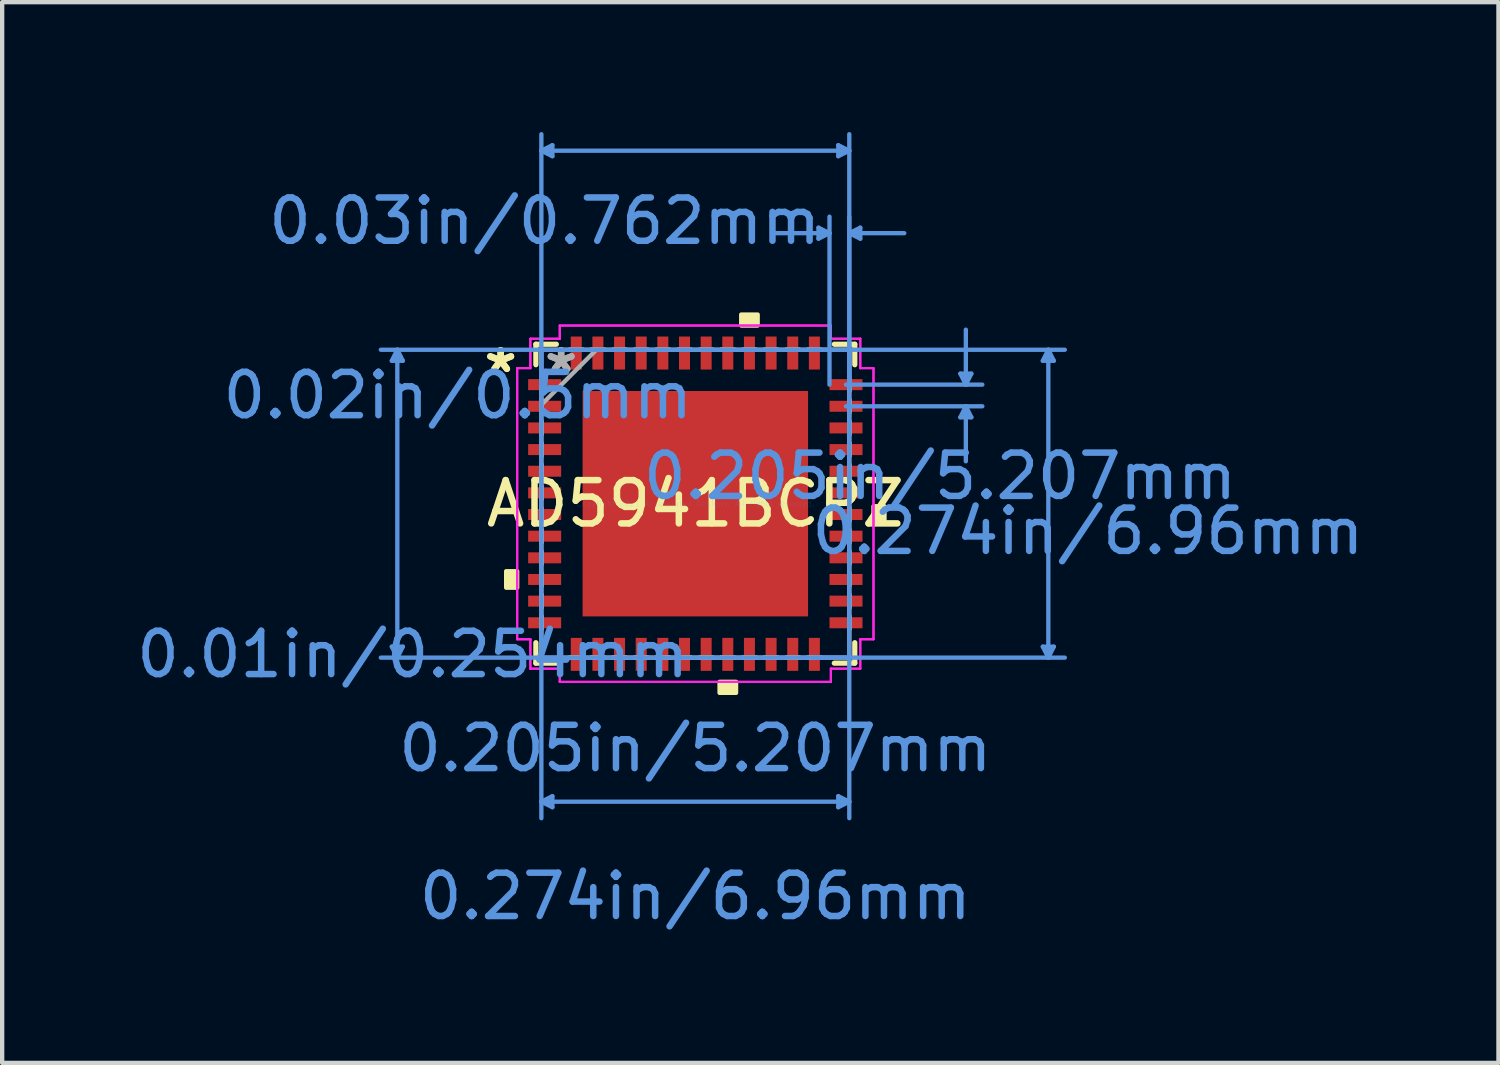
<source format=kicad_pcb>
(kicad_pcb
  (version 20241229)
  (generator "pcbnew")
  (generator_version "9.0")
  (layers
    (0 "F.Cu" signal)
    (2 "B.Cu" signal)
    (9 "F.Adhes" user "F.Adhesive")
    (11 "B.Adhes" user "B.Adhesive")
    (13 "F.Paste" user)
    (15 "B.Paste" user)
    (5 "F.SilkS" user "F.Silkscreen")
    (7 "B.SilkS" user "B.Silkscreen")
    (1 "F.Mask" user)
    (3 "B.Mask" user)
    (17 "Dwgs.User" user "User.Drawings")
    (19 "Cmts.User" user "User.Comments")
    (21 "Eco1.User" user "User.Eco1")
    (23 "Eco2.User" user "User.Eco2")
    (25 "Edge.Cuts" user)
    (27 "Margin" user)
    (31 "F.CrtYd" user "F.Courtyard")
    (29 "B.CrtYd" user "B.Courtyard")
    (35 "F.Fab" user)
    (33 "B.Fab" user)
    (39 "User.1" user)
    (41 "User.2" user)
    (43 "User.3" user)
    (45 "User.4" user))
  (footprint "AD5941BCPZ"
    (layer "F.Cu")
    (at 13.01 8.584)
    (property "Reference" "AD5941BCPZ" (at 0 0 0) (layer "F.SilkS") (effects (font (size 1 1) (thickness 0.15))))
    (attr through_hole)
    (fp_line (start -3.683 -3.683) (end -3.683 -3.21) (stroke (width 0.12) (type solid)) (layer "F.SilkS"))
    (fp_line (start -3.683 3.21) (end -3.683 3.683) (stroke (width 0.12) (type solid)) (layer "F.SilkS"))
    (fp_line (start -3.683 3.683) (end -3.21 3.683) (stroke (width 0.12) (type solid)) (layer "F.SilkS"))
    (fp_line (start -3.21 -3.683) (end -3.683 -3.683) (stroke (width 0.12) (type solid)) (layer "F.SilkS"))
    (fp_line (start 3.21 3.683) (end 3.683 3.683) (stroke (width 0.12) (type solid)) (layer "F.SilkS"))
    (fp_line (start 3.683 -3.683) (end 3.21 -3.683) (stroke (width 0.12) (type solid)) (layer "F.SilkS"))
    (fp_line (start 3.683 -3.21) (end 3.683 -3.683) (stroke (width 0.12) (type solid)) (layer "F.SilkS"))
    (fp_line (start 3.683 3.683) (end 3.683 3.21) (stroke (width 0.12) (type solid)) (layer "F.SilkS"))
    (fp_poly (pts (xy -4.369 1.559) (xy -4.369 1.94) (xy -4.115 1.94) (xy -4.115 1.559)) (stroke (width 0.1) (type solid)) (fill yes) (layer "F.SilkS"))
    (fp_poly (pts (xy 0.56 4.115) (xy 0.56 4.369) (xy 0.941 4.369) (xy 0.941 4.115)) (stroke (width 0.1) (type solid)) (fill yes) (layer "F.SilkS"))
    (fp_poly (pts (xy 1.06 -4.115) (xy 1.06 -4.369) (xy 1.44 -4.369) (xy 1.44 -4.115)) (stroke (width 0.1) (type solid)) (fill yes) (layer "F.SilkS"))
    (fp_poly (pts (xy 4.369 0.059) (xy 4.369 0.441) (xy 4.115 0.441) (xy 4.115 0.059)) (stroke (width 0.1) (type solid)) (fill yes) (layer "F.SilkS"))
    (fp_poly (pts (xy -2.503 -2.503) (xy -2.503 -1.402) (xy -1.402 -1.402) (xy -1.402 -2.503)) (stroke (width 0.1) (type solid)) (fill yes) (layer "F.Paste"))
    (fp_poly (pts (xy -2.503 -1.202) (xy -2.503 -0.1) (xy -1.402 -0.1) (xy -1.402 -1.202)) (stroke (width 0.1) (type solid)) (fill yes) (layer "F.Paste"))
    (fp_poly (pts (xy -2.503 0.1) (xy -2.503 1.202) (xy -1.402 1.202) (xy -1.402 0.1)) (stroke (width 0.1) (type solid)) (fill yes) (layer "F.Paste"))
    (fp_poly (pts (xy -2.503 1.402) (xy -2.503 2.503) (xy -1.402 2.503) (xy -1.402 1.402)) (stroke (width 0.1) (type solid)) (fill yes) (layer "F.Paste"))
    (fp_poly (pts (xy -1.202 -2.503) (xy -1.202 -1.402) (xy -0.1 -1.402) (xy -0.1 -2.503)) (stroke (width 0.1) (type solid)) (fill yes) (layer "F.Paste"))
    (fp_poly (pts (xy -1.202 -1.202) (xy -1.202 -0.1) (xy -0.1 -0.1) (xy -0.1 -1.202)) (stroke (width 0.1) (type solid)) (fill yes) (layer "F.Paste"))
    (fp_poly (pts (xy -1.202 0.1) (xy -1.202 1.202) (xy -0.1 1.202) (xy -0.1 0.1)) (stroke (width 0.1) (type solid)) (fill yes) (layer "F.Paste"))
    (fp_poly (pts (xy -1.202 1.402) (xy -1.202 2.503) (xy -0.1 2.503) (xy -0.1 1.402)) (stroke (width 0.1) (type solid)) (fill yes) (layer "F.Paste"))
    (fp_poly (pts (xy 0.1 -2.503) (xy 0.1 -1.402) (xy 1.202 -1.402) (xy 1.202 -2.503)) (stroke (width 0.1) (type solid)) (fill yes) (layer "F.Paste"))
    (fp_poly (pts (xy 0.1 -1.202) (xy 0.1 -0.1) (xy 1.202 -0.1) (xy 1.202 -1.202)) (stroke (width 0.1) (type solid)) (fill yes) (layer "F.Paste"))
    (fp_poly (pts (xy 0.1 0.1) (xy 0.1 1.202) (xy 1.202 1.202) (xy 1.202 0.1)) (stroke (width 0.1) (type solid)) (fill yes) (layer "F.Paste"))
    (fp_poly (pts (xy 0.1 1.402) (xy 0.1 2.503) (xy 1.202 2.503) (xy 1.202 1.402)) (stroke (width 0.1) (type solid)) (fill yes) (layer "F.Paste"))
    (fp_poly (pts (xy 1.402 -2.503) (xy 1.402 -1.402) (xy 2.503 -1.402) (xy 2.503 -2.503)) (stroke (width 0.1) (type solid)) (fill yes) (layer "F.Paste"))
    (fp_poly (pts (xy 1.402 -1.202) (xy 1.402 -0.1) (xy 2.503 -0.1) (xy 2.503 -1.202)) (stroke (width 0.1) (type solid)) (fill yes) (layer "F.Paste"))
    (fp_poly (pts (xy 1.402 0.1) (xy 1.402 1.202) (xy 2.503 1.202) (xy 2.503 0.1)) (stroke (width 0.1) (type solid)) (fill yes) (layer "F.Paste"))
    (fp_poly (pts (xy 1.402 1.402) (xy 1.402 2.503) (xy 2.503 2.503) (xy 2.503 1.402)) (stroke (width 0.1) (type solid)) (fill yes) (layer "F.Paste"))
    (fp_line (start -7.01 -3.302) (end -6.756 -3.302) (stroke (width 0.1) (type solid)) (layer "Cmts.User"))
    (fp_line (start -7.01 3.302) (end -6.756 3.302) (stroke (width 0.1) (type solid)) (layer "Cmts.User"))
    (fp_line (start -6.883 -3.556) (end -7.01 -3.302) (stroke (width 0.1) (type solid)) (layer "Cmts.User"))
    (fp_line (start -6.883 -3.556) (end -6.883 3.556) (stroke (width 0.1) (type solid)) (layer "Cmts.User"))
    (fp_line (start -6.883 -3.556) (end -6.756 -3.302) (stroke (width 0.1) (type solid)) (layer "Cmts.User"))
    (fp_line (start -6.883 3.556) (end -7.01 3.302) (stroke (width 0.1) (type solid)) (layer "Cmts.User"))
    (fp_line (start -6.883 3.556) (end -6.756 3.302) (stroke (width 0.1) (type solid)) (layer "Cmts.User"))
    (fp_line (start -3.556 -8.153) (end -3.302 -8.28) (stroke (width 0.1) (type solid)) (layer "Cmts.User"))
    (fp_line (start -3.556 -8.153) (end -3.302 -8.026) (stroke (width 0.1) (type solid)) (layer "Cmts.User"))
    (fp_line (start -3.556 -8.153) (end 3.556 -8.153) (stroke (width 0.1) (type solid)) (layer "Cmts.User"))
    (fp_line (start -3.556 -3.556) (end -3.556 7.264) (stroke (width 0.1) (type solid)) (layer "Cmts.User"))
    (fp_line (start -3.556 -2.75) (end -3.556 -8.534) (stroke (width 0.1) (type solid)) (layer "Cmts.User"))
    (fp_line (start -3.556 6.883) (end -3.302 6.756) (stroke (width 0.1) (type solid)) (layer "Cmts.User"))
    (fp_line (start -3.556 6.883) (end -3.302 7.01) (stroke (width 0.1) (type solid)) (layer "Cmts.User"))
    (fp_line (start -3.556 6.883) (end 3.556 6.883) (stroke (width 0.1) (type solid)) (layer "Cmts.User"))
    (fp_line (start -3.302 -8.28) (end -3.302 -8.026) (stroke (width 0.1) (type solid)) (layer "Cmts.User"))
    (fp_line (start -3.302 6.756) (end -3.302 7.01) (stroke (width 0.1) (type solid)) (layer "Cmts.User"))
    (fp_line (start 2.75 -3.556) (end 8.534 -3.556) (stroke (width 0.1) (type solid)) (layer "Cmts.User"))
    (fp_line (start 2.75 3.556) (end 8.534 3.556) (stroke (width 0.1) (type solid)) (layer "Cmts.User"))
    (fp_line (start 2.845 -6.375) (end 2.845 -6.121) (stroke (width 0.1) (type solid)) (layer "Cmts.User"))
    (fp_line (start 3.099 -6.248) (end 1.829 -6.248) (stroke (width 0.1) (type solid)) (layer "Cmts.User"))
    (fp_line (start 3.099 -6.248) (end 2.845 -6.375) (stroke (width 0.1) (type solid)) (layer "Cmts.User"))
    (fp_line (start 3.099 -6.248) (end 2.845 -6.121) (stroke (width 0.1) (type solid)) (layer "Cmts.User"))
    (fp_line (start 3.099 -2.75) (end 3.099 -6.629) (stroke (width 0.1) (type solid)) (layer "Cmts.User"))
    (fp_line (start 3.302 -8.28) (end 3.302 -8.026) (stroke (width 0.1) (type solid)) (layer "Cmts.User"))
    (fp_line (start 3.302 6.756) (end 3.302 7.01) (stroke (width 0.1) (type solid)) (layer "Cmts.User"))
    (fp_line (start 3.48 -2.75) (end 6.629 -2.75) (stroke (width 0.1) (type solid)) (layer "Cmts.User"))
    (fp_line (start 3.48 -2.25) (end 6.629 -2.25) (stroke (width 0.1) (type solid)) (layer "Cmts.User"))
    (fp_line (start 3.556 -8.153) (end 3.302 -8.28) (stroke (width 0.1) (type solid)) (layer "Cmts.User"))
    (fp_line (start 3.556 -8.153) (end 3.302 -8.026) (stroke (width 0.1) (type solid)) (layer "Cmts.User"))
    (fp_line (start 3.556 -6.248) (end 3.81 -6.375) (stroke (width 0.1) (type solid)) (layer "Cmts.User"))
    (fp_line (start 3.556 -6.248) (end 3.81 -6.121) (stroke (width 0.1) (type solid)) (layer "Cmts.User"))
    (fp_line (start 3.556 -6.248) (end 4.826 -6.248) (stroke (width 0.1) (type solid)) (layer "Cmts.User"))
    (fp_line (start 3.556 -3.556) (end -7.264 -3.556) (stroke (width 0.1) (type solid)) (layer "Cmts.User"))
    (fp_line (start 3.556 -3.556) (end 3.556 7.264) (stroke (width 0.1) (type solid)) (layer "Cmts.User"))
    (fp_line (start 3.556 -2.75) (end 3.556 -8.534) (stroke (width 0.1) (type solid)) (layer "Cmts.User"))
    (fp_line (start 3.556 -2.75) (end 3.556 -6.629) (stroke (width 0.1) (type solid)) (layer "Cmts.User"))
    (fp_line (start 3.556 3.556) (end -7.264 3.556) (stroke (width 0.1) (type solid)) (layer "Cmts.User"))
    (fp_line (start 3.556 6.883) (end 3.302 6.756) (stroke (width 0.1) (type solid)) (layer "Cmts.User"))
    (fp_line (start 3.556 6.883) (end 3.302 7.01) (stroke (width 0.1) (type solid)) (layer "Cmts.User"))
    (fp_line (start 3.81 -6.375) (end 3.81 -6.121) (stroke (width 0.1) (type solid)) (layer "Cmts.User"))
    (fp_line (start 6.121 -3.004) (end 6.375 -3.004) (stroke (width 0.1) (type solid)) (layer "Cmts.User"))
    (fp_line (start 6.121 -1.996) (end 6.375 -1.996) (stroke (width 0.1) (type solid)) (layer "Cmts.User"))
    (fp_line (start 6.248 -2.75) (end 6.121 -3.004) (stroke (width 0.1) (type solid)) (layer "Cmts.User"))
    (fp_line (start 6.248 -2.75) (end 6.248 -4.02) (stroke (width 0.1) (type solid)) (layer "Cmts.User"))
    (fp_line (start 6.248 -2.75) (end 6.375 -3.004) (stroke (width 0.1) (type solid)) (layer "Cmts.User"))
    (fp_line (start 6.248 -2.25) (end 6.121 -1.996) (stroke (width 0.1) (type solid)) (layer "Cmts.User"))
    (fp_line (start 6.248 -2.25) (end 6.248 -0.98) (stroke (width 0.1) (type solid)) (layer "Cmts.User"))
    (fp_line (start 6.248 -2.25) (end 6.375 -1.996) (stroke (width 0.1) (type solid)) (layer "Cmts.User"))
    (fp_line (start 8.026 -3.302) (end 8.28 -3.302) (stroke (width 0.1) (type solid)) (layer "Cmts.User"))
    (fp_line (start 8.026 3.302) (end 8.28 3.302) (stroke (width 0.1) (type solid)) (layer "Cmts.User"))
    (fp_line (start 8.153 -3.556) (end 8.026 -3.302) (stroke (width 0.1) (type solid)) (layer "Cmts.User"))
    (fp_line (start 8.153 -3.556) (end 8.153 3.556) (stroke (width 0.1) (type solid)) (layer "Cmts.User"))
    (fp_line (start 8.153 -3.556) (end 8.28 -3.302) (stroke (width 0.1) (type solid)) (layer "Cmts.User"))
    (fp_line (start 8.153 3.556) (end 8.026 3.302) (stroke (width 0.1) (type solid)) (layer "Cmts.User"))
    (fp_line (start 8.153 3.556) (end 8.28 3.302) (stroke (width 0.1) (type solid)) (layer "Cmts.User"))
    (fp_line (start -4.115 -3.131) (end -3.81 -3.131) (stroke (width 0.05) (type solid)) (layer "F.CrtYd"))
    (fp_line (start -4.115 -3.131) (end -3.81 -3.131) (stroke (width 0.05) (type solid)) (layer "F.CrtYd"))
    (fp_line (start -4.115 3.131) (end -4.115 -3.131) (stroke (width 0.05) (type solid)) (layer "F.CrtYd"))
    (fp_line (start -4.115 3.131) (end -4.115 -3.131) (stroke (width 0.05) (type solid)) (layer "F.CrtYd"))
    (fp_line (start -3.81 -3.81) (end -3.131 -3.81) (stroke (width 0.05) (type solid)) (layer "F.CrtYd"))
    (fp_line (start -3.81 -3.81) (end -3.131 -3.81) (stroke (width 0.05) (type solid)) (layer "F.CrtYd"))
    (fp_line (start -3.81 -3.131) (end -3.81 -3.81) (stroke (width 0.05) (type solid)) (layer "F.CrtYd"))
    (fp_line (start -3.81 -3.131) (end -3.81 -3.81) (stroke (width 0.05) (type solid)) (layer "F.CrtYd"))
    (fp_line (start -3.81 3.131) (end -4.115 3.131) (stroke (width 0.05) (type solid)) (layer "F.CrtYd"))
    (fp_line (start -3.81 3.131) (end -4.115 3.131) (stroke (width 0.05) (type solid)) (layer "F.CrtYd"))
    (fp_line (start -3.81 3.81) (end -3.81 3.131) (stroke (width 0.05) (type solid)) (layer "F.CrtYd"))
    (fp_line (start -3.81 3.81) (end -3.81 3.131) (stroke (width 0.05) (type solid)) (layer "F.CrtYd"))
    (fp_line (start -3.131 -4.115) (end 3.131 -4.115) (stroke (width 0.05) (type solid)) (layer "F.CrtYd"))
    (fp_line (start -3.131 -4.115) (end 3.131 -4.115) (stroke (width 0.05) (type solid)) (layer "F.CrtYd"))
    (fp_line (start -3.131 -3.81) (end -3.131 -4.115) (stroke (width 0.05) (type solid)) (layer "F.CrtYd"))
    (fp_line (start -3.131 -3.81) (end -3.131 -4.115) (stroke (width 0.05) (type solid)) (layer "F.CrtYd"))
    (fp_line (start -3.131 3.81) (end -3.81 3.81) (stroke (width 0.05) (type solid)) (layer "F.CrtYd"))
    (fp_line (start -3.131 3.81) (end -3.81 3.81) (stroke (width 0.05) (type solid)) (layer "F.CrtYd"))
    (fp_line (start -3.131 4.115) (end -3.131 3.81) (stroke (width 0.05) (type solid)) (layer "F.CrtYd"))
    (fp_line (start -3.131 4.115) (end -3.131 3.81) (stroke (width 0.05) (type solid)) (layer "F.CrtYd"))
    (fp_line (start 3.131 -4.115) (end 3.131 -3.81) (stroke (width 0.05) (type solid)) (layer "F.CrtYd"))
    (fp_line (start 3.131 -4.115) (end 3.131 -3.81) (stroke (width 0.05) (type solid)) (layer "F.CrtYd"))
    (fp_line (start 3.131 -3.81) (end 3.81 -3.81) (stroke (width 0.05) (type solid)) (layer "F.CrtYd"))
    (fp_line (start 3.131 -3.81) (end 3.81 -3.81) (stroke (width 0.05) (type solid)) (layer "F.CrtYd"))
    (fp_line (start 3.131 3.81) (end 3.131 4.115) (stroke (width 0.05) (type solid)) (layer "F.CrtYd"))
    (fp_line (start 3.131 3.81) (end 3.131 4.115) (stroke (width 0.05) (type solid)) (layer "F.CrtYd"))
    (fp_line (start 3.131 4.115) (end -3.131 4.115) (stroke (width 0.05) (type solid)) (layer "F.CrtYd"))
    (fp_line (start 3.131 4.115) (end -3.131 4.115) (stroke (width 0.05) (type solid)) (layer "F.CrtYd"))
    (fp_line (start 3.81 -3.81) (end 3.81 -3.131) (stroke (width 0.05) (type solid)) (layer "F.CrtYd"))
    (fp_line (start 3.81 -3.81) (end 3.81 -3.131) (stroke (width 0.05) (type solid)) (layer "F.CrtYd"))
    (fp_line (start 3.81 -3.131) (end 4.115 -3.131) (stroke (width 0.05) (type solid)) (layer "F.CrtYd"))
    (fp_line (start 3.81 -3.131) (end 4.115 -3.131) (stroke (width 0.05) (type solid)) (layer "F.CrtYd"))
    (fp_line (start 3.81 3.131) (end 3.81 3.81) (stroke (width 0.05) (type solid)) (layer "F.CrtYd"))
    (fp_line (start 3.81 3.131) (end 3.81 3.81) (stroke (width 0.05) (type solid)) (layer "F.CrtYd"))
    (fp_line (start 3.81 3.81) (end 3.131 3.81) (stroke (width 0.05) (type solid)) (layer "F.CrtYd"))
    (fp_line (start 3.81 3.81) (end 3.131 3.81) (stroke (width 0.05) (type solid)) (layer "F.CrtYd"))
    (fp_line (start 4.115 -3.131) (end 4.115 3.131) (stroke (width 0.05) (type solid)) (layer "F.CrtYd"))
    (fp_line (start 4.115 -3.131) (end 4.115 3.131) (stroke (width 0.05) (type solid)) (layer "F.CrtYd"))
    (fp_line (start 4.115 3.131) (end 3.81 3.131) (stroke (width 0.05) (type solid)) (layer "F.CrtYd"))
    (fp_line (start 4.115 3.131) (end 3.81 3.131) (stroke (width 0.05) (type solid)) (layer "F.CrtYd"))
    (fp_line (start -3.556 -3.556) (end -3.556 -3.556) (stroke (width 0.1) (type solid)) (layer "F.Fab"))
    (fp_line (start -3.556 -3.556) (end -3.556 3.556) (stroke (width 0.1) (type solid)) (layer "F.Fab"))
    (fp_line (start -3.556 -2.902) (end -3.556 -2.902) (stroke (width 0.1) (type solid)) (layer "F.Fab"))
    (fp_line (start -3.556 -2.902) (end -3.556 -2.598) (stroke (width 0.1) (type solid)) (layer "F.Fab"))
    (fp_line (start -3.556 -2.598) (end -3.556 -2.902) (stroke (width 0.1) (type solid)) (layer "F.Fab"))
    (fp_line (start -3.556 -2.598) (end -3.556 -2.598) (stroke (width 0.1) (type solid)) (layer "F.Fab"))
    (fp_line (start -3.556 -2.402) (end -3.556 -2.402) (stroke (width 0.1) (type solid)) (layer "F.Fab"))
    (fp_line (start -3.556 -2.402) (end -3.556 -2.098) (stroke (width 0.1) (type solid)) (layer "F.Fab"))
    (fp_line (start -3.556 -2.286) (end -2.286 -3.556) (stroke (width 0.1) (type solid)) (layer "F.Fab"))
    (fp_line (start -3.556 -2.098) (end -3.556 -2.402) (stroke (width 0.1) (type solid)) (layer "F.Fab"))
    (fp_line (start -3.556 -2.098) (end -3.556 -2.098) (stroke (width 0.1) (type solid)) (layer "F.Fab"))
    (fp_line (start -3.556 -1.902) (end -3.556 -1.902) (stroke (width 0.1) (type solid)) (layer "F.Fab"))
    (fp_line (start -3.556 -1.902) (end -3.556 -1.598) (stroke (width 0.1) (type solid)) (layer "F.Fab"))
    (fp_line (start -3.556 -1.598) (end -3.556 -1.902) (stroke (width 0.1) (type solid)) (layer "F.Fab"))
    (fp_line (start -3.556 -1.598) (end -3.556 -1.598) (stroke (width 0.1) (type solid)) (layer "F.Fab"))
    (fp_line (start -3.556 -1.402) (end -3.556 -1.402) (stroke (width 0.1) (type solid)) (layer "F.Fab"))
    (fp_line (start -3.556 -1.402) (end -3.556 -1.098) (stroke (width 0.1) (type solid)) (layer "F.Fab"))
    (fp_line (start -3.556 -1.098) (end -3.556 -1.402) (stroke (width 0.1) (type solid)) (layer "F.Fab"))
    (fp_line (start -3.556 -1.098) (end -3.556 -1.098) (stroke (width 0.1) (type solid)) (layer "F.Fab"))
    (fp_line (start -3.556 -0.902) (end -3.556 -0.902) (stroke (width 0.1) (type solid)) (layer "F.Fab"))
    (fp_line (start -3.556 -0.902) (end -3.556 -0.598) (stroke (width 0.1) (type solid)) (layer "F.Fab"))
    (fp_line (start -3.556 -0.598) (end -3.556 -0.902) (stroke (width 0.1) (type solid)) (layer "F.Fab"))
    (fp_line (start -3.556 -0.598) (end -3.556 -0.598) (stroke (width 0.1) (type solid)) (layer "F.Fab"))
    (fp_line (start -3.556 -0.402) (end -3.556 -0.402) (stroke (width 0.1) (type solid)) (layer "F.Fab"))
    (fp_line (start -3.556 -0.402) (end -3.556 -0.098) (stroke (width 0.1) (type solid)) (layer "F.Fab"))
    (fp_line (start -3.556 -0.098) (end -3.556 -0.402) (stroke (width 0.1) (type solid)) (layer "F.Fab"))
    (fp_line (start -3.556 -0.098) (end -3.556 -0.098) (stroke (width 0.1) (type solid)) (layer "F.Fab"))
    (fp_line (start -3.556 0.098) (end -3.556 0.098) (stroke (width 0.1) (type solid)) (layer "F.Fab"))
    (fp_line (start -3.556 0.098) (end -3.556 0.402) (stroke (width 0.1) (type solid)) (layer "F.Fab"))
    (fp_line (start -3.556 0.402) (end -3.556 0.098) (stroke (width 0.1) (type solid)) (layer "F.Fab"))
    (fp_line (start -3.556 0.402) (end -3.556 0.402) (stroke (width 0.1) (type solid)) (layer "F.Fab"))
    (fp_line (start -3.556 0.598) (end -3.556 0.598) (stroke (width 0.1) (type solid)) (layer "F.Fab"))
    (fp_line (start -3.556 0.598) (end -3.556 0.902) (stroke (width 0.1) (type solid)) (layer "F.Fab"))
    (fp_line (start -3.556 0.902) (end -3.556 0.598) (stroke (width 0.1) (type solid)) (layer "F.Fab"))
    (fp_line (start -3.556 0.902) (end -3.556 0.902) (stroke (width 0.1) (type solid)) (layer "F.Fab"))
    (fp_line (start -3.556 1.098) (end -3.556 1.098) (stroke (width 0.1) (type solid)) (layer "F.Fab"))
    (fp_line (start -3.556 1.098) (end -3.556 1.402) (stroke (width 0.1) (type solid)) (layer "F.Fab"))
    (fp_line (start -3.556 1.402) (end -3.556 1.098) (stroke (width 0.1) (type solid)) (layer "F.Fab"))
    (fp_line (start -3.556 1.402) (end -3.556 1.402) (stroke (width 0.1) (type solid)) (layer "F.Fab"))
    (fp_line (start -3.556 1.598) (end -3.556 1.598) (stroke (width 0.1) (type solid)) (layer "F.Fab"))
    (fp_line (start -3.556 1.598) (end -3.556 1.902) (stroke (width 0.1) (type solid)) (layer "F.Fab"))
    (fp_line (start -3.556 1.902) (end -3.556 1.598) (stroke (width 0.1) (type solid)) (layer "F.Fab"))
    (fp_line (start -3.556 1.902) (end -3.556 1.902) (stroke (width 0.1) (type solid)) (layer "F.Fab"))
    (fp_line (start -3.556 2.098) (end -3.556 2.098) (stroke (width 0.1) (type solid)) (layer "F.Fab"))
    (fp_line (start -3.556 2.098) (end -3.556 2.402) (stroke (width 0.1) (type solid)) (layer "F.Fab"))
    (fp_line (start -3.556 2.402) (end -3.556 2.098) (stroke (width 0.1) (type solid)) (layer "F.Fab"))
    (fp_line (start -3.556 2.402) (end -3.556 2.402) (stroke (width 0.1) (type solid)) (layer "F.Fab"))
    (fp_line (start -3.556 2.598) (end -3.556 2.598) (stroke (width 0.1) (type solid)) (layer "F.Fab"))
    (fp_line (start -3.556 2.598) (end -3.556 2.902) (stroke (width 0.1) (type solid)) (layer "F.Fab"))
    (fp_line (start -3.556 2.902) (end -3.556 2.598) (stroke (width 0.1) (type solid)) (layer "F.Fab"))
    (fp_line (start -3.556 2.902) (end -3.556 2.902) (stroke (width 0.1) (type solid)) (layer "F.Fab"))
    (fp_line (start -3.556 3.556) (end -3.556 3.556) (stroke (width 0.1) (type solid)) (layer "F.Fab"))
    (fp_line (start -3.556 3.556) (end 3.556 3.556) (stroke (width 0.1) (type solid)) (layer "F.Fab"))
    (fp_line (start -2.902 -3.556) (end -2.902 -3.556) (stroke (width 0.1) (type solid)) (layer "F.Fab"))
    (fp_line (start -2.902 -3.556) (end -2.598 -3.556) (stroke (width 0.1) (type solid)) (layer "F.Fab"))
    (fp_line (start -2.902 3.556) (end -2.902 3.556) (stroke (width 0.1) (type solid)) (layer "F.Fab"))
    (fp_line (start -2.902 3.556) (end -2.598 3.556) (stroke (width 0.1) (type solid)) (layer "F.Fab"))
    (fp_line (start -2.598 -3.556) (end -2.902 -3.556) (stroke (width 0.1) (type solid)) (layer "F.Fab"))
    (fp_line (start -2.598 -3.556) (end -2.598 -3.556) (stroke (width 0.1) (type solid)) (layer "F.Fab"))
    (fp_line (start -2.598 3.556) (end -2.902 3.556) (stroke (width 0.1) (type solid)) (layer "F.Fab"))
    (fp_line (start -2.598 3.556) (end -2.598 3.556) (stroke (width 0.1) (type solid)) (layer "F.Fab"))
    (fp_line (start -2.402 -3.556) (end -2.402 -3.556) (stroke (width 0.1) (type solid)) (layer "F.Fab"))
    (fp_line (start -2.402 -3.556) (end -2.098 -3.556) (stroke (width 0.1) (type solid)) (layer "F.Fab"))
    (fp_line (start -2.402 3.556) (end -2.402 3.556) (stroke (width 0.1) (type solid)) (layer "F.Fab"))
    (fp_line (start -2.402 3.556) (end -2.098 3.556) (stroke (width 0.1) (type solid)) (layer "F.Fab"))
    (fp_line (start -2.098 -3.556) (end -2.402 -3.556) (stroke (width 0.1) (type solid)) (layer "F.Fab"))
    (fp_line (start -2.098 -3.556) (end -2.098 -3.556) (stroke (width 0.1) (type solid)) (layer "F.Fab"))
    (fp_line (start -2.098 3.556) (end -2.402 3.556) (stroke (width 0.1) (type solid)) (layer "F.Fab"))
    (fp_line (start -2.098 3.556) (end -2.098 3.556) (stroke (width 0.1) (type solid)) (layer "F.Fab"))
    (fp_line (start -1.902 -3.556) (end -1.902 -3.556) (stroke (width 0.1) (type solid)) (layer "F.Fab"))
    (fp_line (start -1.902 -3.556) (end -1.598 -3.556) (stroke (width 0.1) (type solid)) (layer "F.Fab"))
    (fp_line (start -1.902 3.556) (end -1.902 3.556) (stroke (width 0.1) (type solid)) (layer "F.Fab"))
    (fp_line (start -1.902 3.556) (end -1.598 3.556) (stroke (width 0.1) (type solid)) (layer "F.Fab"))
    (fp_line (start -1.598 -3.556) (end -1.902 -3.556) (stroke (width 0.1) (type solid)) (layer "F.Fab"))
    (fp_line (start -1.598 -3.556) (end -1.598 -3.556) (stroke (width 0.1) (type solid)) (layer "F.Fab"))
    (fp_line (start -1.598 3.556) (end -1.902 3.556) (stroke (width 0.1) (type solid)) (layer "F.Fab"))
    (fp_line (start -1.598 3.556) (end -1.598 3.556) (stroke (width 0.1) (type solid)) (layer "F.Fab"))
    (fp_line (start -1.402 -3.556) (end -1.402 -3.556) (stroke (width 0.1) (type solid)) (layer "F.Fab"))
    (fp_line (start -1.402 -3.556) (end -1.098 -3.556) (stroke (width 0.1) (type solid)) (layer "F.Fab"))
    (fp_line (start -1.402 3.556) (end -1.402 3.556) (stroke (width 0.1) (type solid)) (layer "F.Fab"))
    (fp_line (start -1.402 3.556) (end -1.098 3.556) (stroke (width 0.1) (type solid)) (layer "F.Fab"))
    (fp_line (start -1.098 -3.556) (end -1.402 -3.556) (stroke (width 0.1) (type solid)) (layer "F.Fab"))
    (fp_line (start -1.098 -3.556) (end -1.098 -3.556) (stroke (width 0.1) (type solid)) (layer "F.Fab"))
    (fp_line (start -1.098 3.556) (end -1.402 3.556) (stroke (width 0.1) (type solid)) (layer "F.Fab"))
    (fp_line (start -1.098 3.556) (end -1.098 3.556) (stroke (width 0.1) (type solid)) (layer "F.Fab"))
    (fp_line (start -0.902 -3.556) (end -0.902 -3.556) (stroke (width 0.1) (type solid)) (layer "F.Fab"))
    (fp_line (start -0.902 -3.556) (end -0.598 -3.556) (stroke (width 0.1) (type solid)) (layer "F.Fab"))
    (fp_line (start -0.902 3.556) (end -0.902 3.556) (stroke (width 0.1) (type solid)) (layer "F.Fab"))
    (fp_line (start -0.902 3.556) (end -0.598 3.556) (stroke (width 0.1) (type solid)) (layer "F.Fab"))
    (fp_line (start -0.598 -3.556) (end -0.902 -3.556) (stroke (width 0.1) (type solid)) (layer "F.Fab"))
    (fp_line (start -0.598 -3.556) (end -0.598 -3.556) (stroke (width 0.1) (type solid)) (layer "F.Fab"))
    (fp_line (start -0.598 3.556) (end -0.902 3.556) (stroke (width 0.1) (type solid)) (layer "F.Fab"))
    (fp_line (start -0.598 3.556) (end -0.598 3.556) (stroke (width 0.1) (type solid)) (layer "F.Fab"))
    (fp_line (start -0.402 -3.556) (end -0.402 -3.556) (stroke (width 0.1) (type solid)) (layer "F.Fab"))
    (fp_line (start -0.402 -3.556) (end -0.098 -3.556) (stroke (width 0.1) (type solid)) (layer "F.Fab"))
    (fp_line (start -0.402 3.556) (end -0.402 3.556) (stroke (width 0.1) (type solid)) (layer "F.Fab"))
    (fp_line (start -0.402 3.556) (end -0.098 3.556) (stroke (width 0.1) (type solid)) (layer "F.Fab"))
    (fp_line (start -0.098 -3.556) (end -0.402 -3.556) (stroke (width 0.1) (type solid)) (layer "F.Fab"))
    (fp_line (start -0.098 -3.556) (end -0.098 -3.556) (stroke (width 0.1) (type solid)) (layer "F.Fab"))
    (fp_line (start -0.098 3.556) (end -0.402 3.556) (stroke (width 0.1) (type solid)) (layer "F.Fab"))
    (fp_line (start -0.098 3.556) (end -0.098 3.556) (stroke (width 0.1) (type solid)) (layer "F.Fab"))
    (fp_line (start 0.098 -3.556) (end 0.098 -3.556) (stroke (width 0.1) (type solid)) (layer "F.Fab"))
    (fp_line (start 0.098 -3.556) (end 0.402 -3.556) (stroke (width 0.1) (type solid)) (layer "F.Fab"))
    (fp_line (start 0.098 3.556) (end 0.098 3.556) (stroke (width 0.1) (type solid)) (layer "F.Fab"))
    (fp_line (start 0.098 3.556) (end 0.402 3.556) (stroke (width 0.1) (type solid)) (layer "F.Fab"))
    (fp_line (start 0.402 -3.556) (end 0.098 -3.556) (stroke (width 0.1) (type solid)) (layer "F.Fab"))
    (fp_line (start 0.402 -3.556) (end 0.402 -3.556) (stroke (width 0.1) (type solid)) (layer "F.Fab"))
    (fp_line (start 0.402 3.556) (end 0.098 3.556) (stroke (width 0.1) (type solid)) (layer "F.Fab"))
    (fp_line (start 0.402 3.556) (end 0.402 3.556) (stroke (width 0.1) (type solid)) (layer "F.Fab"))
    (fp_line (start 0.598 -3.556) (end 0.598 -3.556) (stroke (width 0.1) (type solid)) (layer "F.Fab"))
    (fp_line (start 0.598 -3.556) (end 0.902 -3.556) (stroke (width 0.1) (type solid)) (layer "F.Fab"))
    (fp_line (start 0.598 3.556) (end 0.598 3.556) (stroke (width 0.1) (type solid)) (layer "F.Fab"))
    (fp_line (start 0.598 3.556) (end 0.902 3.556) (stroke (width 0.1) (type solid)) (layer "F.Fab"))
    (fp_line (start 0.902 -3.556) (end 0.598 -3.556) (stroke (width 0.1) (type solid)) (layer "F.Fab"))
    (fp_line (start 0.902 -3.556) (end 0.902 -3.556) (stroke (width 0.1) (type solid)) (layer "F.Fab"))
    (fp_line (start 0.902 3.556) (end 0.598 3.556) (stroke (width 0.1) (type solid)) (layer "F.Fab"))
    (fp_line (start 0.902 3.556) (end 0.902 3.556) (stroke (width 0.1) (type solid)) (layer "F.Fab"))
    (fp_line (start 1.098 -3.556) (end 1.098 -3.556) (stroke (width 0.1) (type solid)) (layer "F.Fab"))
    (fp_line (start 1.098 -3.556) (end 1.402 -3.556) (stroke (width 0.1) (type solid)) (layer "F.Fab"))
    (fp_line (start 1.098 3.556) (end 1.098 3.556) (stroke (width 0.1) (type solid)) (layer "F.Fab"))
    (fp_line (start 1.098 3.556) (end 1.402 3.556) (stroke (width 0.1) (type solid)) (layer "F.Fab"))
    (fp_line (start 1.402 -3.556) (end 1.098 -3.556) (stroke (width 0.1) (type solid)) (layer "F.Fab"))
    (fp_line (start 1.402 -3.556) (end 1.402 -3.556) (stroke (width 0.1) (type solid)) (layer "F.Fab"))
    (fp_line (start 1.402 3.556) (end 1.098 3.556) (stroke (width 0.1) (type solid)) (layer "F.Fab"))
    (fp_line (start 1.402 3.556) (end 1.402 3.556) (stroke (width 0.1) (type solid)) (layer "F.Fab"))
    (fp_line (start 1.598 -3.556) (end 1.598 -3.556) (stroke (width 0.1) (type solid)) (layer "F.Fab"))
    (fp_line (start 1.598 -3.556) (end 1.902 -3.556) (stroke (width 0.1) (type solid)) (layer "F.Fab"))
    (fp_line (start 1.598 3.556) (end 1.598 3.556) (stroke (width 0.1) (type solid)) (layer "F.Fab"))
    (fp_line (start 1.598 3.556) (end 1.902 3.556) (stroke (width 0.1) (type solid)) (layer "F.Fab"))
    (fp_line (start 1.902 -3.556) (end 1.598 -3.556) (stroke (width 0.1) (type solid)) (layer "F.Fab"))
    (fp_line (start 1.902 -3.556) (end 1.902 -3.556) (stroke (width 0.1) (type solid)) (layer "F.Fab"))
    (fp_line (start 1.902 3.556) (end 1.598 3.556) (stroke (width 0.1) (type solid)) (layer "F.Fab"))
    (fp_line (start 1.902 3.556) (end 1.902 3.556) (stroke (width 0.1) (type solid)) (layer "F.Fab"))
    (fp_line (start 2.098 -3.556) (end 2.098 -3.556) (stroke (width 0.1) (type solid)) (layer "F.Fab"))
    (fp_line (start 2.098 -3.556) (end 2.402 -3.556) (stroke (width 0.1) (type solid)) (layer "F.Fab"))
    (fp_line (start 2.098 3.556) (end 2.098 3.556) (stroke (width 0.1) (type solid)) (layer "F.Fab"))
    (fp_line (start 2.098 3.556) (end 2.402 3.556) (stroke (width 0.1) (type solid)) (layer "F.Fab"))
    (fp_line (start 2.402 -3.556) (end 2.098 -3.556) (stroke (width 0.1) (type solid)) (layer "F.Fab"))
    (fp_line (start 2.402 -3.556) (end 2.402 -3.556) (stroke (width 0.1) (type solid)) (layer "F.Fab"))
    (fp_line (start 2.402 3.556) (end 2.098 3.556) (stroke (width 0.1) (type solid)) (layer "F.Fab"))
    (fp_line (start 2.402 3.556) (end 2.402 3.556) (stroke (width 0.1) (type solid)) (layer "F.Fab"))
    (fp_line (start 2.598 -3.556) (end 2.598 -3.556) (stroke (width 0.1) (type solid)) (layer "F.Fab"))
    (fp_line (start 2.598 -3.556) (end 2.902 -3.556) (stroke (width 0.1) (type solid)) (layer "F.Fab"))
    (fp_line (start 2.598 3.556) (end 2.598 3.556) (stroke (width 0.1) (type solid)) (layer "F.Fab"))
    (fp_line (start 2.598 3.556) (end 2.902 3.556) (stroke (width 0.1) (type solid)) (layer "F.Fab"))
    (fp_line (start 2.902 -3.556) (end 2.598 -3.556) (stroke (width 0.1) (type solid)) (layer "F.Fab"))
    (fp_line (start 2.902 -3.556) (end 2.902 -3.556) (stroke (width 0.1) (type solid)) (layer "F.Fab"))
    (fp_line (start 2.902 3.556) (end 2.598 3.556) (stroke (width 0.1) (type solid)) (layer "F.Fab"))
    (fp_line (start 2.902 3.556) (end 2.902 3.556) (stroke (width 0.1) (type solid)) (layer "F.Fab"))
    (fp_line (start 3.556 -3.556) (end -3.556 -3.556) (stroke (width 0.1) (type solid)) (layer "F.Fab"))
    (fp_line (start 3.556 -3.556) (end 3.556 -3.556) (stroke (width 0.1) (type solid)) (layer "F.Fab"))
    (fp_line (start 3.556 -2.902) (end 3.556 -2.902) (stroke (width 0.1) (type solid)) (layer "F.Fab"))
    (fp_line (start 3.556 -2.902) (end 3.556 -2.598) (stroke (width 0.1) (type solid)) (layer "F.Fab"))
    (fp_line (start 3.556 -2.598) (end 3.556 -2.902) (stroke (width 0.1) (type solid)) (layer "F.Fab"))
    (fp_line (start 3.556 -2.598) (end 3.556 -2.598) (stroke (width 0.1) (type solid)) (layer "F.Fab"))
    (fp_line (start 3.556 -2.402) (end 3.556 -2.402) (stroke (width 0.1) (type solid)) (layer "F.Fab"))
    (fp_line (start 3.556 -2.402) (end 3.556 -2.098) (stroke (width 0.1) (type solid)) (layer "F.Fab"))
    (fp_line (start 3.556 -2.098) (end 3.556 -2.402) (stroke (width 0.1) (type solid)) (layer "F.Fab"))
    (fp_line (start 3.556 -2.098) (end 3.556 -2.098) (stroke (width 0.1) (type solid)) (layer "F.Fab"))
    (fp_line (start 3.556 -1.902) (end 3.556 -1.902) (stroke (width 0.1) (type solid)) (layer "F.Fab"))
    (fp_line (start 3.556 -1.902) (end 3.556 -1.598) (stroke (width 0.1) (type solid)) (layer "F.Fab"))
    (fp_line (start 3.556 -1.598) (end 3.556 -1.902) (stroke (width 0.1) (type solid)) (layer "F.Fab"))
    (fp_line (start 3.556 -1.598) (end 3.556 -1.598) (stroke (width 0.1) (type solid)) (layer "F.Fab"))
    (fp_line (start 3.556 -1.402) (end 3.556 -1.402) (stroke (width 0.1) (type solid)) (layer "F.Fab"))
    (fp_line (start 3.556 -1.402) (end 3.556 -1.098) (stroke (width 0.1) (type solid)) (layer "F.Fab"))
    (fp_line (start 3.556 -1.098) (end 3.556 -1.402) (stroke (width 0.1) (type solid)) (layer "F.Fab"))
    (fp_line (start 3.556 -1.098) (end 3.556 -1.098) (stroke (width 0.1) (type solid)) (layer "F.Fab"))
    (fp_line (start 3.556 -0.902) (end 3.556 -0.902) (stroke (width 0.1) (type solid)) (layer "F.Fab"))
    (fp_line (start 3.556 -0.902) (end 3.556 -0.598) (stroke (width 0.1) (type solid)) (layer "F.Fab"))
    (fp_line (start 3.556 -0.598) (end 3.556 -0.902) (stroke (width 0.1) (type solid)) (layer "F.Fab"))
    (fp_line (start 3.556 -0.598) (end 3.556 -0.598) (stroke (width 0.1) (type solid)) (layer "F.Fab"))
    (fp_line (start 3.556 -0.402) (end 3.556 -0.402) (stroke (width 0.1) (type solid)) (layer "F.Fab"))
    (fp_line (start 3.556 -0.402) (end 3.556 -0.098) (stroke (width 0.1) (type solid)) (layer "F.Fab"))
    (fp_line (start 3.556 -0.098) (end 3.556 -0.402) (stroke (width 0.1) (type solid)) (layer "F.Fab"))
    (fp_line (start 3.556 -0.098) (end 3.556 -0.098) (stroke (width 0.1) (type solid)) (layer "F.Fab"))
    (fp_line (start 3.556 0.098) (end 3.556 0.098) (stroke (width 0.1) (type solid)) (layer "F.Fab"))
    (fp_line (start 3.556 0.098) (end 3.556 0.402) (stroke (width 0.1) (type solid)) (layer "F.Fab"))
    (fp_line (start 3.556 0.402) (end 3.556 0.098) (stroke (width 0.1) (type solid)) (layer "F.Fab"))
    (fp_line (start 3.556 0.402) (end 3.556 0.402) (stroke (width 0.1) (type solid)) (layer "F.Fab"))
    (fp_line (start 3.556 0.598) (end 3.556 0.598) (stroke (width 0.1) (type solid)) (layer "F.Fab"))
    (fp_line (start 3.556 0.598) (end 3.556 0.902) (stroke (width 0.1) (type solid)) (layer "F.Fab"))
    (fp_line (start 3.556 0.902) (end 3.556 0.598) (stroke (width 0.1) (type solid)) (layer "F.Fab"))
    (fp_line (start 3.556 0.902) (end 3.556 0.902) (stroke (width 0.1) (type solid)) (layer "F.Fab"))
    (fp_line (start 3.556 1.098) (end 3.556 1.098) (stroke (width 0.1) (type solid)) (layer "F.Fab"))
    (fp_line (start 3.556 1.098) (end 3.556 1.402) (stroke (width 0.1) (type solid)) (layer "F.Fab"))
    (fp_line (start 3.556 1.402) (end 3.556 1.098) (stroke (width 0.1) (type solid)) (layer "F.Fab"))
    (fp_line (start 3.556 1.402) (end 3.556 1.402) (stroke (width 0.1) (type solid)) (layer "F.Fab"))
    (fp_line (start 3.556 1.598) (end 3.556 1.598) (stroke (width 0.1) (type solid)) (layer "F.Fab"))
    (fp_line (start 3.556 1.598) (end 3.556 1.902) (stroke (width 0.1) (type solid)) (layer "F.Fab"))
    (fp_line (start 3.556 1.902) (end 3.556 1.598) (stroke (width 0.1) (type solid)) (layer "F.Fab"))
    (fp_line (start 3.556 1.902) (end 3.556 1.902) (stroke (width 0.1) (type solid)) (layer "F.Fab"))
    (fp_line (start 3.556 2.098) (end 3.556 2.098) (stroke (width 0.1) (type solid)) (layer "F.Fab"))
    (fp_line (start 3.556 2.098) (end 3.556 2.402) (stroke (width 0.1) (type solid)) (layer "F.Fab"))
    (fp_line (start 3.556 2.402) (end 3.556 2.098) (stroke (width 0.1) (type solid)) (layer "F.Fab"))
    (fp_line (start 3.556 2.402) (end 3.556 2.402) (stroke (width 0.1) (type solid)) (layer "F.Fab"))
    (fp_line (start 3.556 2.598) (end 3.556 2.598) (stroke (width 0.1) (type solid)) (layer "F.Fab"))
    (fp_line (start 3.556 2.598) (end 3.556 2.902) (stroke (width 0.1) (type solid)) (layer "F.Fab"))
    (fp_line (start 3.556 2.902) (end 3.556 2.598) (stroke (width 0.1) (type solid)) (layer "F.Fab"))
    (fp_line (start 3.556 2.902) (end 3.556 2.902) (stroke (width 0.1) (type solid)) (layer "F.Fab"))
    (fp_line (start 3.556 3.556) (end 3.556 -3.556) (stroke (width 0.1) (type solid)) (layer "F.Fab"))
    (fp_line (start 3.556 3.556) (end 3.556 3.556) (stroke (width 0.1) (type solid)) (layer "F.Fab"))
    (fp_text user "*" (at -4.496 -3 0) (layer "F.SilkS") (effects (font (size 1 1) (thickness 0.15))))
    (fp_text user "*" (at -4.496 -3 0) (layer "F.SilkS") (effects (font (size 1 1) (thickness 0.15))))
    (fp_text user "0.205in/5.207mm" (at 5.652 -0.635 0) (layer "Cmts.User") (effects (font (size 1 1) (thickness 0.15))))
    (fp_text user "0.205in/5.207mm" (at 0 5.652 0) (layer "Cmts.User") (effects (font (size 1 1) (thickness 0.15))))
    (fp_text user "0.274in/6.96mm" (at 0 9.068 0) (layer "Cmts.User") (effects (font (size 1 1) (thickness 0.15))))
    (fp_text user "Copyright 2021 Accelerated Designs. All rights reserved." (at 0 0 0) (layer "Cmts.User") (effects (font (size 0.127 0.127) (thickness 0.002))))
    (fp_text user "0.03in/0.762mm" (at -3.48 -6.528 0) (layer "Cmts.User") (effects (font (size 1 1) (thickness 0.15))))
    (fp_text user "0.01in/0.254mm" (at -6.528 3.48 0) (layer "Cmts.User") (effects (font (size 1 1) (thickness 0.15))))
    (fp_text user "0.02in/0.5mm" (at -5.486 -2.5 0) (layer "Cmts.User") (effects (font (size 1 1) (thickness 0.15))))
    (fp_text user "0.274in/6.96mm" (at 9.068 0.635 0) (layer "Cmts.User") (effects (font (size 1 1) (thickness 0.15))))
    (fp_text user "*" (at -3.099 -3 0) (layer "F.Fab") (effects (font (size 1 1) (thickness 0.15))))
    (fp_text user "*" (at -3.099 -3 0) (layer "F.Fab") (effects (font (size 1 1) (thickness 0.15))))
    (pad "1" smd rect (at -3.48 -2.75 90) (size 0.254 0.762) (layers "F.Cu" "F.Mask" "F.Paste"))
    (pad "2" smd rect (at -3.48 -2.25 90) (size 0.254 0.762) (layers "F.Cu" "F.Mask" "F.Paste"))
    (pad "3" smd rect (at -3.48 -1.75 90) (size 0.254 0.762) (layers "F.Cu" "F.Mask" "F.Paste"))
    (pad "4" smd rect (at -3.48 -1.25 90) (size 0.254 0.762) (layers "F.Cu" "F.Mask" "F.Paste"))
    (pad "5" smd rect (at -3.48 -0.75 90) (size 0.254 0.762) (layers "F.Cu" "F.Mask" "F.Paste"))
    (pad "6" smd rect (at -3.48 -0.25 90) (size 0.254 0.762) (layers "F.Cu" "F.Mask" "F.Paste"))
    (pad "7" smd rect (at -3.48 0.25 90) (size 0.254 0.762) (layers "F.Cu" "F.Mask" "F.Paste"))
    (pad "8" smd rect (at -3.48 0.75 90) (size 0.254 0.762) (layers "F.Cu" "F.Mask" "F.Paste"))
    (pad "9" smd rect (at -3.48 1.25 90) (size 0.254 0.762) (layers "F.Cu" "F.Mask" "F.Paste"))
    (pad "10" smd rect (at -3.48 1.75 90) (size 0.254 0.762) (layers "F.Cu" "F.Mask" "F.Paste"))
    (pad "11" smd rect (at -3.48 2.25 90) (size 0.254 0.762) (layers "F.Cu" "F.Mask" "F.Paste"))
    (pad "12" smd rect (at -3.48 2.75 90) (size 0.254 0.762) (layers "F.Cu" "F.Mask" "F.Paste"))
    (pad "13" smd rect (at -2.75 3.48) (size 0.254 0.762) (layers "F.Cu" "F.Mask" "F.Paste"))
    (pad "14" smd rect (at -2.25 3.48) (size 0.254 0.762) (layers "F.Cu" "F.Mask" "F.Paste"))
    (pad "15" smd rect (at -1.75 3.48) (size 0.254 0.762) (layers "F.Cu" "F.Mask" "F.Paste"))
    (pad "16" smd rect (at -1.25 3.48) (size 0.254 0.762) (layers "F.Cu" "F.Mask" "F.Paste"))
    (pad "17" smd rect (at -0.75 3.48) (size 0.254 0.762) (layers "F.Cu" "F.Mask" "F.Paste"))
    (pad "18" smd rect (at -0.25 3.48) (size 0.254 0.762) (layers "F.Cu" "F.Mask" "F.Paste"))
    (pad "19" smd rect (at 0.25 3.48) (size 0.254 0.762) (layers "F.Cu" "F.Mask" "F.Paste"))
    (pad "20" smd rect (at 0.75 3.48) (size 0.254 0.762) (layers "F.Cu" "F.Mask" "F.Paste"))
    (pad "21" smd rect (at 1.25 3.48) (size 0.254 0.762) (layers "F.Cu" "F.Mask" "F.Paste"))
    (pad "22" smd rect (at 1.75 3.48) (size 0.254 0.762) (layers "F.Cu" "F.Mask" "F.Paste"))
    (pad "23" smd rect (at 2.25 3.48) (size 0.254 0.762) (layers "F.Cu" "F.Mask" "F.Paste"))
    (pad "24" smd rect (at 2.75 3.48) (size 0.254 0.762) (layers "F.Cu" "F.Mask" "F.Paste"))
    (pad "25" smd rect (at 3.48 2.75 90) (size 0.254 0.762) (layers "F.Cu" "F.Mask" "F.Paste"))
    (pad "26" smd rect (at 3.48 2.25 90) (size 0.254 0.762) (layers "F.Cu" "F.Mask" "F.Paste"))
    (pad "27" smd rect (at 3.48 1.75 90) (size 0.254 0.762) (layers "F.Cu" "F.Mask" "F.Paste"))
    (pad "28" smd rect (at 3.48 1.25 90) (size 0.254 0.762) (layers "F.Cu" "F.Mask" "F.Paste"))
    (pad "29" smd rect (at 3.48 0.75 90) (size 0.254 0.762) (layers "F.Cu" "F.Mask" "F.Paste"))
    (pad "30" smd rect (at 3.48 0.25 90) (size 0.254 0.762) (layers "F.Cu" "F.Mask" "F.Paste"))
    (pad "31" smd rect (at 3.48 -0.25 90) (size 0.254 0.762) (layers "F.Cu" "F.Mask" "F.Paste"))
    (pad "32" smd rect (at 3.48 -0.75 90) (size 0.254 0.762) (layers "F.Cu" "F.Mask" "F.Paste"))
    (pad "33" smd rect (at 3.48 -1.25 90) (size 0.254 0.762) (layers "F.Cu" "F.Mask" "F.Paste"))
    (pad "34" smd rect (at 3.48 -1.75 90) (size 0.254 0.762) (layers "F.Cu" "F.Mask" "F.Paste"))
    (pad "35" smd rect (at 3.48 -2.25 90) (size 0.254 0.762) (layers "F.Cu" "F.Mask" "F.Paste"))
    (pad "36" smd rect (at 3.48 -2.75 90) (size 0.254 0.762) (layers "F.Cu" "F.Mask" "F.Paste"))
    (pad "37" smd rect (at 2.75 -3.48) (size 0.254 0.762) (layers "F.Cu" "F.Mask" "F.Paste"))
    (pad "38" smd rect (at 2.25 -3.48) (size 0.254 0.762) (layers "F.Cu" "F.Mask" "F.Paste"))
    (pad "39" smd rect (at 1.75 -3.48) (size 0.254 0.762) (layers "F.Cu" "F.Mask" "F.Paste"))
    (pad "40" smd rect (at 1.25 -3.48) (size 0.254 0.762) (layers "F.Cu" "F.Mask" "F.Paste"))
    (pad "41" smd rect (at 0.75 -3.48) (size 0.254 0.762) (layers "F.Cu" "F.Mask" "F.Paste"))
    (pad "42" smd rect (at 0.25 -3.48) (size 0.254 0.762) (layers "F.Cu" "F.Mask" "F.Paste"))
    (pad "43" smd rect (at -0.25 -3.48) (size 0.254 0.762) (layers "F.Cu" "F.Mask" "F.Paste"))
    (pad "44" smd rect (at -0.75 -3.48) (size 0.254 0.762) (layers "F.Cu" "F.Mask" "F.Paste"))
    (pad "45" smd rect (at -1.25 -3.48) (size 0.254 0.762) (layers "F.Cu" "F.Mask" "F.Paste"))
    (pad "46" smd rect (at -1.75 -3.48) (size 0.254 0.762) (layers "F.Cu" "F.Mask" "F.Paste"))
    (pad "47" smd rect (at -2.25 -3.48) (size 0.254 0.762) (layers "F.Cu" "F.Mask" "F.Paste"))
    (pad "48" smd rect (at -2.75 -3.48) (size 0.254 0.762) (layers "F.Cu" "F.Mask" "F.Paste"))
    (pad "49" smd rect (at 0 0) (size 5.207 5.207) (layers "F.Cu" "F.Mask")))
  (gr_rect
    (start -3 -3)
    (end 31.56 21.5)
    (stroke (width 0.1) (type default))
    (fill no)
    (layer "Edge.Cuts")))
</source>
